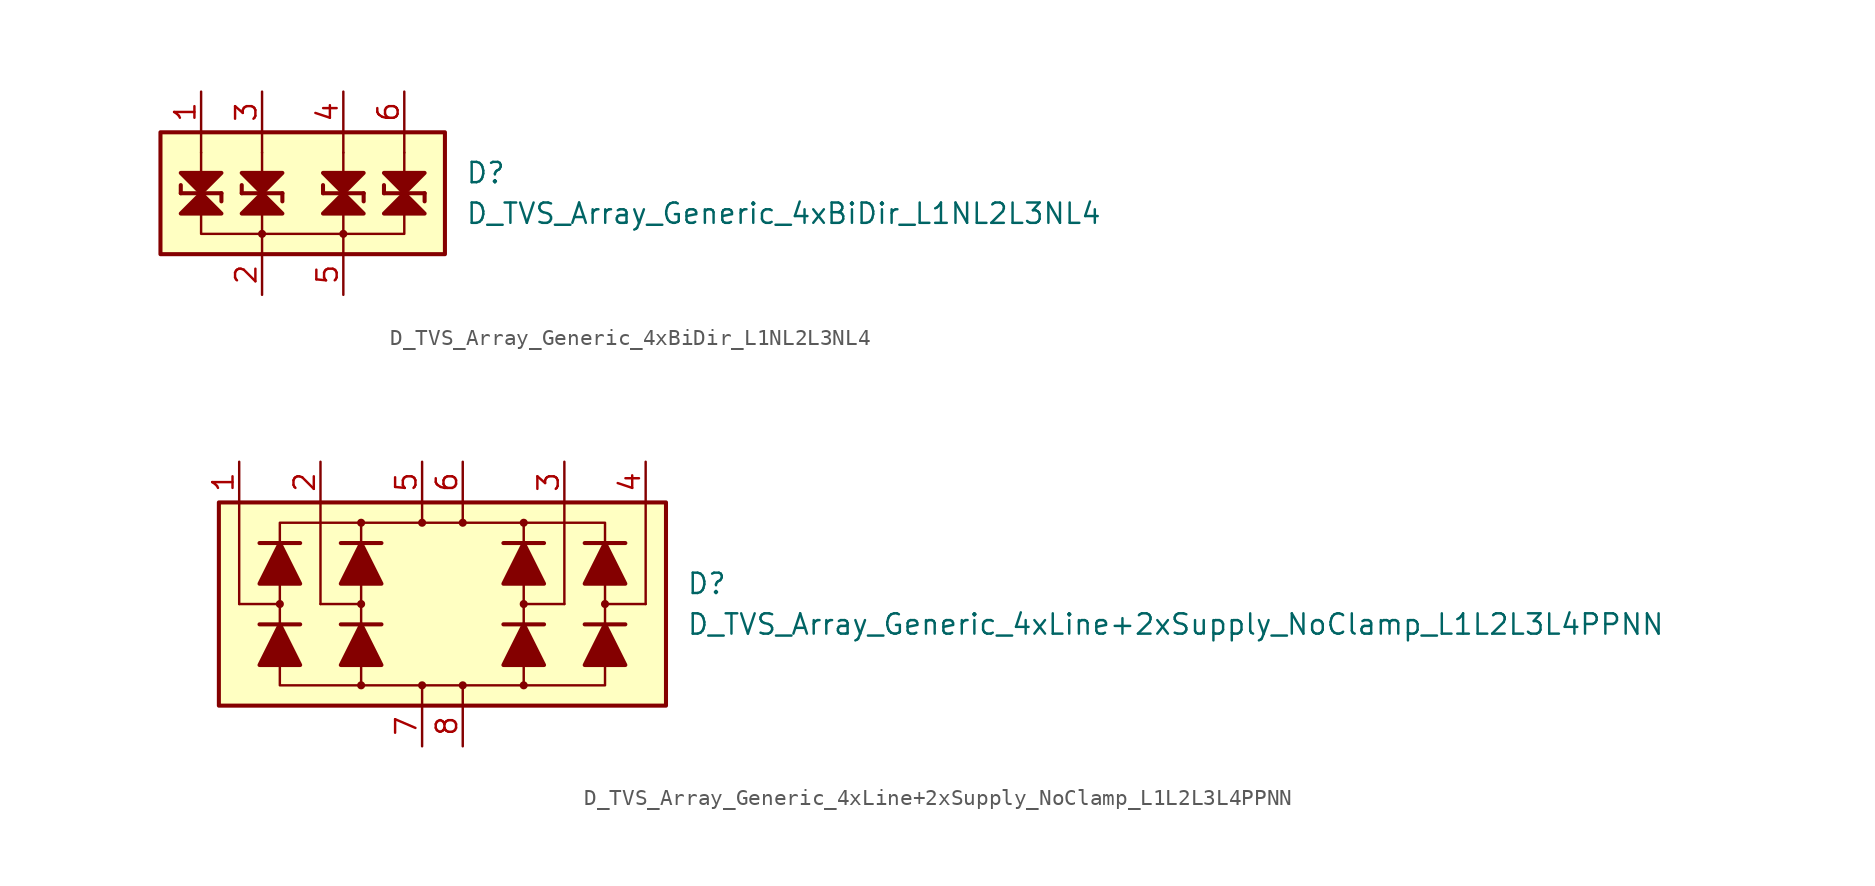
<source format=kicad_sym>
(kicad_symbol_lib
  (version 20211014)
  (generator kicad_symbol_editor)
  (symbol "D_TVS_Array_Generic_4xBiDir_L1NL2L3NL4"
    (pin_names
      (offset 1.016) hide)
    (property "Reference" "D"
      (at 10.16 1.27 0)
      (effects (font (size 1.27 1.27)) (justify left)))
    (property "Value" "D_TVS_Array_Generic_4xBiDir_L1NL2L3NL4"
      (at 10.16 -1.27 0)
      (effects (font (size 1.27 1.27)) (justify left)))
    (symbol "D_TVS_Array_Generic_4xBiDir_L1NL2L3NL4_0_1"
      (polyline (pts (xy -6.35 2.54) (xy -6.35 1.27)) (stroke (width 0) (type default) (color 0 0 0 0)) (fill (type none)))
      (polyline (pts (xy -6.35 2.54) (xy -6.35 3.81)) (stroke (width 0) (type default) (color 0 0 0 0)) (fill (type none)))
      (polyline (pts (xy -2.54 -3.81) (xy -2.54 -2.54)) (stroke (width 0) (type default) (color 0 0 0 0)) (fill (type none)))
      (polyline (pts (xy -2.54 -1.27) (xy -2.54 -2.54)) (stroke (width 0) (type default) (color 0 0 0 0)) (fill (type none)))
      (polyline (pts (xy -2.54 2.54) (xy -2.54 1.27)) (stroke (width 0) (type default) (color 0 0 0 0)) (fill (type none)))
      (polyline (pts (xy -2.54 2.54) (xy -2.54 3.81)) (stroke (width 0) (type default) (color 0 0 0 0)) (fill (type none)))
      (polyline (pts (xy 2.54 -3.81) (xy 2.54 -2.54)) (stroke (width 0) (type default) (color 0 0 0 0)) (fill (type none)))
      (polyline (pts (xy 2.54 -1.27) (xy 2.54 -2.54)) (stroke (width 0) (type default) (color 0 0 0 0)) (fill (type none)))
      (polyline (pts (xy 2.54 2.54) (xy 2.54 1.27)) (stroke (width 0) (type default) (color 0 0 0 0)) (fill (type none)))
      (polyline (pts (xy 2.54 2.54) (xy 2.54 3.81)) (stroke (width 0) (type default) (color 0 0 0 0)) (fill (type none)))
      (polyline (pts (xy 6.35 2.54) (xy 6.35 1.27)) (stroke (width 0) (type default) (color 0 0 0 0)) (fill (type none)))
      (polyline (pts (xy 6.35 2.54) (xy 6.35 3.81)) (stroke (width 0) (type default) (color 0 0 0 0)) (fill (type none)))
      (polyline (pts (xy -6.35 -1.27) (xy -6.35 -2.54) (xy 6.35 -2.54) (xy 6.35 -1.27)) (stroke (width 0) (type default) (color 0 0 0 0)) (fill (type none)))
      (rectangle (start 8.89 -3.81) (end -8.89 3.81) (stroke (width 0.254) (type default) (color 0 0 0 0)) (fill (type background))))
    (symbol "D_TVS_Array_Generic_4xBiDir_L1NL2L3NL4_1_1"
      (circle (center -2.54 -2.54) (radius 0.178) (stroke (width 0) (type default) (color 0 0 0 0)) (fill (type outline)))
      (polyline (pts (xy -7.62 0) (xy -7.62 0.508)) (stroke (width 0.254) (type default) (color 0 0 0 0)) (fill (type none)))
      (polyline (pts (xy -7.62 0) (xy -5.08 0)) (stroke (width 0.254) (type default) (color 0 0 0 0)) (fill (type none)))
      (polyline (pts (xy -6.35 1.27) (xy -6.35 -1.27)) (stroke (width 0) (type default) (color 0 0 0 0)) (fill (type none)))
      (polyline (pts (xy -5.08 0) (xy -5.08 -0.508)) (stroke (width 0.254) (type default) (color 0 0 0 0)) (fill (type none)))
      (polyline (pts (xy -3.81 0) (xy -3.81 0.508)) (stroke (width 0.254) (type default) (color 0 0 0 0)) (fill (type none)))
      (polyline (pts (xy -3.81 0) (xy -1.27 0)) (stroke (width 0.254) (type default) (color 0 0 0 0)) (fill (type none)))
      (polyline (pts (xy -2.54 1.27) (xy -2.54 -1.27)) (stroke (width 0) (type default) (color 0 0 0 0)) (fill (type none)))
      (polyline (pts (xy -1.27 0) (xy -1.27 -0.508)) (stroke (width 0.254) (type default) (color 0 0 0 0)) (fill (type none)))
      (polyline (pts (xy 1.27 0) (xy 1.27 0.508)) (stroke (width 0.254) (type default) (color 0 0 0 0)) (fill (type none)))
      (polyline (pts (xy 1.27 0) (xy 3.81 0)) (stroke (width 0.254) (type default) (color 0 0 0 0)) (fill (type none)))
      (polyline (pts (xy 2.54 1.27) (xy 2.54 -1.27)) (stroke (width 0) (type default) (color 0 0 0 0)) (fill (type none)))
      (polyline (pts (xy 3.81 0) (xy 3.81 -0.508)) (stroke (width 0.254) (type default) (color 0 0 0 0)) (fill (type none)))
      (polyline (pts (xy 5.08 0) (xy 5.08 0.508)) (stroke (width 0.254) (type default) (color 0 0 0 0)) (fill (type none)))
      (polyline (pts (xy 5.08 0) (xy 7.62 0)) (stroke (width 0.254) (type default) (color 0 0 0 0)) (fill (type none)))
      (polyline (pts (xy 6.35 1.27) (xy 6.35 -1.27)) (stroke (width 0) (type default) (color 0 0 0 0)) (fill (type none)))
      (polyline (pts (xy 7.62 0) (xy 7.62 -0.508)) (stroke (width 0.254) (type default) (color 0 0 0 0)) (fill (type none)))
      (polyline (pts (xy -7.62 1.27) (xy -5.08 1.27) (xy -6.35 0) (xy -7.62 1.27)) (stroke (width 0.254) (type default) (color 0 0 0 0)) (fill (type outline)))
      (polyline (pts (xy -6.35 0) (xy -7.62 -1.27) (xy -5.08 -1.27) (xy -6.35 0)) (stroke (width 0.254) (type default) (color 0 0 0 0)) (fill (type outline)))
      (polyline (pts (xy -3.81 1.27) (xy -1.27 1.27) (xy -2.54 0) (xy -3.81 1.27)) (stroke (width 0.254) (type default) (color 0 0 0 0)) (fill (type outline)))
      (polyline (pts (xy -2.54 0) (xy -3.81 -1.27) (xy -1.27 -1.27) (xy -2.54 0)) (stroke (width 0.254) (type default) (color 0 0 0 0)) (fill (type outline)))
      (polyline (pts (xy 1.27 1.27) (xy 3.81 1.27) (xy 2.54 0) (xy 1.27 1.27)) (stroke (width 0.254) (type default) (color 0 0 0 0)) (fill (type outline)))
      (polyline (pts (xy 2.54 0) (xy 1.27 -1.27) (xy 3.81 -1.27) (xy 2.54 0)) (stroke (width 0.254) (type default) (color 0 0 0 0)) (fill (type outline)))
      (polyline (pts (xy 5.08 1.27) (xy 7.62 1.27) (xy 6.35 0) (xy 5.08 1.27)) (stroke (width 0.254) (type default) (color 0 0 0 0)) (fill (type outline)))
      (polyline (pts (xy 6.35 0) (xy 5.08 -1.27) (xy 7.62 -1.27) (xy 6.35 0)) (stroke (width 0.254) (type default) (color 0 0 0 0)) (fill (type outline)))
      (circle (center 2.54 -2.54) (radius 0.178) (stroke (width 0) (type default) (color 0 0 0 0)) (fill (type outline)))
      (pin passive line (at -6.35 6.35 270) (length 2.54) (name "L1" (effects (font (size 1.27 1.27)))) (number "1" (effects (font (size 1.27 1.27)))))
      (pin passive line (at -2.54 -6.35 90) (length 2.54) (name "VN" (effects (font (size 1.27 1.27)))) (number "2" (effects (font (size 1.27 1.27)))))
      (pin passive line (at -2.54 6.35 270) (length 2.54) (name "L2" (effects (font (size 1.27 1.27)))) (number "3" (effects (font (size 1.27 1.27)))))
      (pin passive line (at 2.54 6.35 270) (length 2.54) (name "L3" (effects (font (size 1.27 1.27)))) (number "4" (effects (font (size 1.27 1.27)))))
      (pin passive line (at 2.54 -6.35 90) (length 2.54) (name "VN" (effects (font (size 1.27 1.27)))) (number "5" (effects (font (size 1.27 1.27)))))
      (pin passive line (at 6.35 6.35 270) (length 2.54) (name "L4" (effects (font (size 1.27 1.27)))) (number "6" (effects (font (size 1.27 1.27)))))))
  (symbol "D_TVS_Array_Generic_4xLine+2xSupply_NoClamp_L1L2L3L4PPNN"
    (pin_names
      (offset 1.016) hide)
    (property "Reference" "D"
      (at 15.24 1.27 0)
      (effects (font (size 1.27 1.27)) (justify left)))
    (property "Value" "D_TVS_Array_Generic_4xLine+2xSupply_NoClamp_L1L2L3L4PPNN"
      (at 15.24 -1.27 0)
      (effects (font (size 1.27 1.27)) (justify left)))
    (symbol "D_TVS_Array_Generic_4xLine+2xSupply_NoClamp_L1L2L3L4PPNN_0_1"
      (rectangle (start -13.97 6.35) (end 13.97 -6.35) (stroke (width 0.254) (type default) (color 0 0 0 0)) (fill (type background)))
      (circle (center -5.08 0) (radius 0.178) (stroke (width 0) (type default) (color 0 0 0 0)) (fill (type outline)))
      (polyline (pts (xy -7.62 0) (xy -7.62 6.35)) (stroke (width 0) (type default) (color 0 0 0 0)) (fill (type none)))
      (polyline (pts (xy -5.08 -1.27) (xy -5.08 1.27)) (stroke (width 0) (type default) (color 0 0 0 0)) (fill (type none)))
      (polyline (pts (xy -5.08 0) (xy -7.62 0)) (stroke (width 0) (type default) (color 0 0 0 0)) (fill (type none)))
      (polyline (pts (xy -1.27 -6.35) (xy -1.27 -5.08)) (stroke (width 0) (type default) (color 0 0 0 0)) (fill (type none)))
      (polyline (pts (xy -1.27 6.35) (xy -1.27 5.08)) (stroke (width 0) (type default) (color 0 0 0 0)) (fill (type none)))
      (polyline (pts (xy 1.27 -6.35) (xy 1.27 -5.08)) (stroke (width 0) (type default) (color 0 0 0 0)) (fill (type none)))
      (polyline (pts (xy 1.27 6.35) (xy 1.27 5.08)) (stroke (width 0) (type default) (color 0 0 0 0)) (fill (type none)))
      (polyline (pts (xy 5.08 -1.27) (xy 5.08 1.27)) (stroke (width 0) (type default) (color 0 0 0 0)) (fill (type none)))
      (polyline (pts (xy 5.08 0) (xy 7.62 0)) (stroke (width 0) (type default) (color 0 0 0 0)) (fill (type none)))
      (polyline (pts (xy 7.62 0) (xy 7.62 6.35)) (stroke (width 0) (type default) (color 0 0 0 0)) (fill (type none)))
      (polyline (pts (xy -5.08 -5.08) (xy -10.16 -5.08) (xy -10.16 5.08) (xy -5.08 5.08)) (stroke (width 0) (type default) (color 0 0 0 0)) (fill (type none)))
      (polyline (pts (xy -5.08 -3.81) (xy -5.08 -5.08) (xy 5.08 -5.08) (xy 5.08 -3.81)) (stroke (width 0) (type default) (color 0 0 0 0)) (fill (type none)))
      (polyline (pts (xy -5.08 3.81) (xy -5.08 5.08) (xy 5.08 5.08) (xy 5.08 3.81)) (stroke (width 0) (type default) (color 0 0 0 0)) (fill (type none)))
      (polyline (pts (xy 5.08 -5.08) (xy 10.16 -5.08) (xy 10.16 5.08) (xy 5.08 5.08)) (stroke (width 0) (type default) (color 0 0 0 0)) (fill (type none)))
      (circle (center 5.08 0) (radius 0.178) (stroke (width 0) (type default) (color 0 0 0 0)) (fill (type outline))))
    (symbol "D_TVS_Array_Generic_4xLine+2xSupply_NoClamp_L1L2L3L4PPNN_1_1"
      (circle (center -10.16 0) (radius 0.178) (stroke (width 0) (type default) (color 0 0 0 0)) (fill (type outline)))
      (circle (center -5.08 -5.08) (radius 0.178) (stroke (width 0) (type default) (color 0 0 0 0)) (fill (type outline)))
      (circle (center -5.08 5.08) (radius 0.178) (stroke (width 0) (type default) (color 0 0 0 0)) (fill (type outline)))
      (circle (center -1.27 -5.08) (radius 0.178) (stroke (width 0) (type default) (color 0 0 0 0)) (fill (type outline)))
      (circle (center -1.27 5.08) (radius 0.178) (stroke (width 0) (type default) (color 0 0 0 0)) (fill (type outline)))
      (polyline (pts (xy -12.7 0) (xy -12.7 6.35)) (stroke (width 0) (type default) (color 0 0 0 0)) (fill (type none)))
      (polyline (pts (xy -10.16 0) (xy -12.7 0)) (stroke (width 0) (type default) (color 0 0 0 0)) (fill (type none)))
      (polyline (pts (xy -8.89 -1.27) (xy -11.43 -1.27)) (stroke (width 0.254) (type default) (color 0 0 0 0)) (fill (type none)))
      (polyline (pts (xy -8.89 3.81) (xy -11.43 3.81)) (stroke (width 0.254) (type default) (color 0 0 0 0)) (fill (type none)))
      (polyline (pts (xy -5.08 -3.81) (xy -5.08 -1.27)) (stroke (width 0) (type default) (color 0 0 0 0)) (fill (type none)))
      (polyline (pts (xy -5.08 1.27) (xy -5.08 3.81)) (stroke (width 0) (type default) (color 0 0 0 0)) (fill (type none)))
      (polyline (pts (xy -3.81 -1.27) (xy -6.35 -1.27)) (stroke (width 0.254) (type default) (color 0 0 0 0)) (fill (type none)))
      (polyline (pts (xy -3.81 3.81) (xy -6.35 3.81)) (stroke (width 0.254) (type default) (color 0 0 0 0)) (fill (type none)))
      (polyline (pts (xy 5.08 -3.81) (xy 5.08 -1.27)) (stroke (width 0) (type default) (color 0 0 0 0)) (fill (type none)))
      (polyline (pts (xy 5.08 1.27) (xy 5.08 3.81)) (stroke (width 0) (type default) (color 0 0 0 0)) (fill (type none)))
      (polyline (pts (xy 6.35 -1.27) (xy 3.81 -1.27)) (stroke (width 0.254) (type default) (color 0 0 0 0)) (fill (type none)))
      (polyline (pts (xy 6.35 3.81) (xy 3.81 3.81)) (stroke (width 0.254) (type default) (color 0 0 0 0)) (fill (type none)))
      (polyline (pts (xy 10.16 0) (xy 12.7 0)) (stroke (width 0) (type default) (color 0 0 0 0)) (fill (type none)))
      (polyline (pts (xy 11.43 -1.27) (xy 8.89 -1.27)) (stroke (width 0.254) (type default) (color 0 0 0 0)) (fill (type none)))
      (polyline (pts (xy 11.43 3.81) (xy 8.89 3.81)) (stroke (width 0.254) (type default) (color 0 0 0 0)) (fill (type none)))
      (polyline (pts (xy 12.7 0) (xy 12.7 6.35)) (stroke (width 0) (type default) (color 0 0 0 0)) (fill (type none)))
      (polyline (pts (xy -8.89 -3.81) (xy -11.43 -3.81) (xy -10.16 -1.27) (xy -8.89 -3.81)) (stroke (width 0.254) (type default) (color 0 0 0 0)) (fill (type outline)))
      (polyline (pts (xy -8.89 1.27) (xy -11.43 1.27) (xy -10.16 3.81) (xy -8.89 1.27)) (stroke (width 0.254) (type default) (color 0 0 0 0)) (fill (type outline)))
      (polyline (pts (xy -3.81 -3.81) (xy -6.35 -3.81) (xy -5.08 -1.27) (xy -3.81 -3.81)) (stroke (width 0.254) (type default) (color 0 0 0 0)) (fill (type outline)))
      (polyline (pts (xy -3.81 1.27) (xy -6.35 1.27) (xy -5.08 3.81) (xy -3.81 1.27)) (stroke (width 0.254) (type default) (color 0 0 0 0)) (fill (type outline)))
      (polyline (pts (xy 6.35 -3.81) (xy 3.81 -3.81) (xy 5.08 -1.27) (xy 6.35 -3.81)) (stroke (width 0.254) (type default) (color 0 0 0 0)) (fill (type outline)))
      (polyline (pts (xy 6.35 1.27) (xy 3.81 1.27) (xy 5.08 3.81) (xy 6.35 1.27)) (stroke (width 0.254) (type default) (color 0 0 0 0)) (fill (type outline)))
      (polyline (pts (xy 11.43 -3.81) (xy 8.89 -3.81) (xy 10.16 -1.27) (xy 11.43 -3.81)) (stroke (width 0.254) (type default) (color 0 0 0 0)) (fill (type outline)))
      (polyline (pts (xy 11.43 1.27) (xy 8.89 1.27) (xy 10.16 3.81) (xy 11.43 1.27)) (stroke (width 0.254) (type default) (color 0 0 0 0)) (fill (type outline)))
      (circle (center 1.27 -5.08) (radius 0.178) (stroke (width 0) (type default) (color 0 0 0 0)) (fill (type outline)))
      (circle (center 1.27 5.08) (radius 0.178) (stroke (width 0) (type default) (color 0 0 0 0)) (fill (type outline)))
      (circle (center 5.08 -5.08) (radius 0.178) (stroke (width 0) (type default) (color 0 0 0 0)) (fill (type outline)))
      (circle (center 5.08 5.08) (radius 0.178) (stroke (width 0) (type default) (color 0 0 0 0)) (fill (type outline)))
      (circle (center 10.16 0) (radius 0.178) (stroke (width 0) (type default) (color 0 0 0 0)) (fill (type outline)))
      (pin passive line (at -12.7 8.89 270) (length 2.54) (name "L1" (effects (font (size 1.27 1.27)))) (number "1" (effects (font (size 1.27 1.27)))))
      (pin passive line (at -7.62 8.89 270) (length 2.54) (name "L2" (effects (font (size 1.27 1.27)))) (number "2" (effects (font (size 1.27 1.27)))))
      (pin passive line (at 7.62 8.89 270) (length 2.54) (name "L3" (effects (font (size 1.27 1.27)))) (number "3" (effects (font (size 1.27 1.27)))))
      (pin passive line (at 12.7 8.89 270) (length 2.54) (name "L4" (effects (font (size 1.27 1.27)))) (number "4" (effects (font (size 1.27 1.27)))))
      (pin passive line (at -1.27 8.89 270) (length 2.54) (name "VP" (effects (font (size 1.27 1.27)))) (number "5" (effects (font (size 1.27 1.27)))))
      (pin passive line (at 1.27 8.89 270) (length 2.54) (name "VP" (effects (font (size 1.27 1.27)))) (number "6" (effects (font (size 1.27 1.27)))))
      (pin passive line (at -1.27 -8.89 90) (length 2.54) (name "VN" (effects (font (size 1.27 1.27)))) (number "7" (effects (font (size 1.27 1.27)))))
      (pin passive line (at 1.27 -8.89 90) (length 2.54) (name "VN" (effects (font (size 1.27 1.27)))) (number "8" (effects (font (size 1.27 1.27))))))))
</source>
